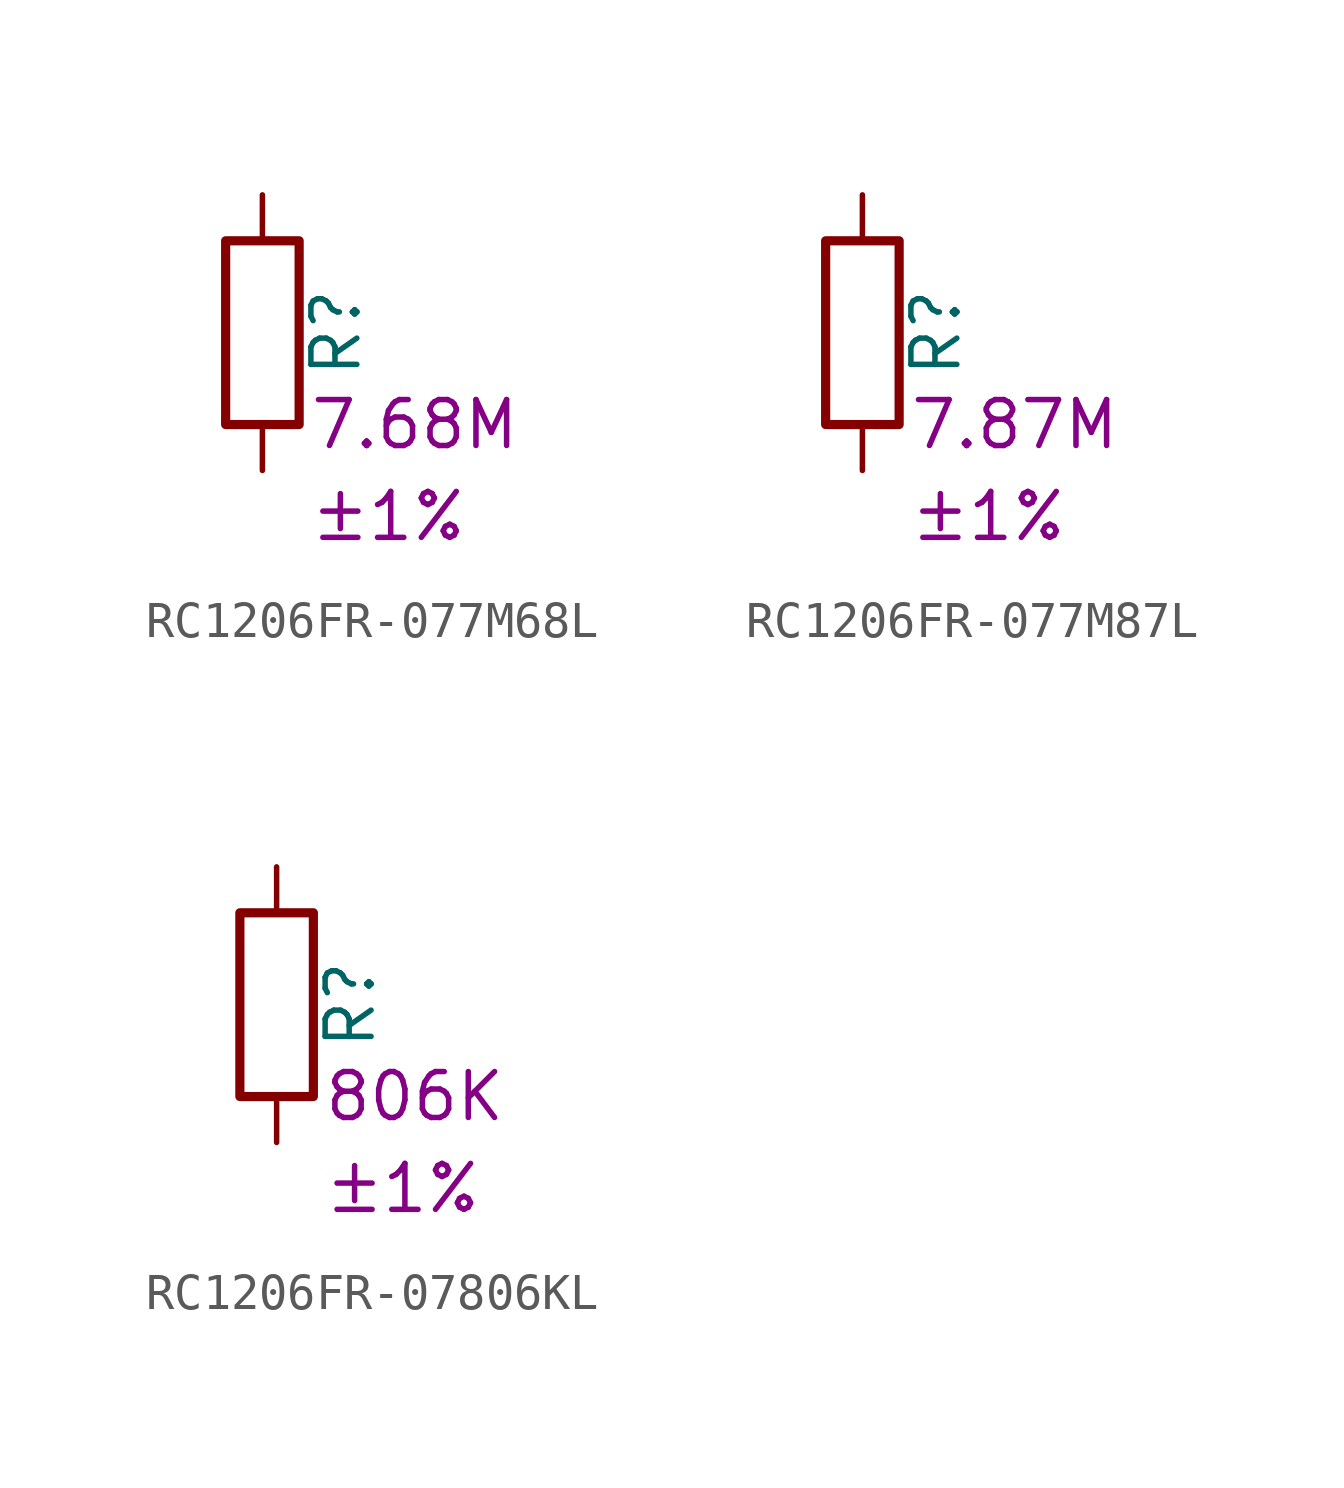
<source format=kicad_sym>
(kicad_symbol_lib
  (version 20220914)
  (generator kicad_symbol_editor)
  (symbol "RC1206FR-077M68L"
    (pin_numbers hide)
    (pin_names
      (offset 0))
    (property "Reference" "R"
      (at 2.032 0 90)
      (effects (font (size 1.27 1.27))))
    (property "Resistance" "7.68M"
      (at 1.27 -2.54 0)
      (effects (font (size 1.27 1.27)) (justify left)))
    (property "Tolerance" "±1%"
      (at 1.27 -5.08 0)
      (effects (font (size 1.27 1.27)) (justify left)))
    (symbol "RC1206FR-077M68L_0_1"
      (rectangle (start -1.016 -2.54) (end 1.016 2.54) (stroke (width 0.254) (type default)) (fill (type none))))
    (symbol "RC1206FR-077M68L_1_1"
      (pin passive line (at 0 3.81 270) (length 1.27) (name "~" (effects (font (size 1.27 1.27)))) (number "1" (effects (font (size 1.27 1.27)))))
      (pin passive line (at 0 -3.81 90) (length 1.27) (name "~" (effects (font (size 1.27 1.27)))) (number "2" (effects (font (size 1.27 1.27)))))))
  (symbol "RC1206FR-077M87L"
    (pin_numbers hide)
    (pin_names
      (offset 0))
    (property "Reference" "R"
      (at 2.032 0 90)
      (effects (font (size 1.27 1.27))))
    (property "Resistance" "7.87M"
      (at 1.27 -2.54 0)
      (effects (font (size 1.27 1.27)) (justify left)))
    (property "Tolerance" "±1%"
      (at 1.27 -5.08 0)
      (effects (font (size 1.27 1.27)) (justify left)))
    (symbol "RC1206FR-077M87L_0_1"
      (rectangle (start -1.016 -2.54) (end 1.016 2.54) (stroke (width 0.254) (type default)) (fill (type none))))
    (symbol "RC1206FR-077M87L_1_1"
      (pin passive line (at 0 3.81 270) (length 1.27) (name "~" (effects (font (size 1.27 1.27)))) (number "1" (effects (font (size 1.27 1.27)))))
      (pin passive line (at 0 -3.81 90) (length 1.27) (name "~" (effects (font (size 1.27 1.27)))) (number "2" (effects (font (size 1.27 1.27)))))))
  (symbol "RC1206FR-07806KL"
    (pin_numbers hide)
    (pin_names
      (offset 0))
    (property "Reference" "R"
      (at 2.032 0 90)
      (effects (font (size 1.27 1.27))))
    (property "Resistance" "806K"
      (at 1.27 -2.54 0)
      (effects (font (size 1.27 1.27)) (justify left)))
    (property "Tolerance" "±1%"
      (at 1.27 -5.08 0)
      (effects (font (size 1.27 1.27)) (justify left)))
    (symbol "RC1206FR-07806KL_0_1"
      (rectangle (start -1.016 -2.54) (end 1.016 2.54) (stroke (width 0.254) (type default)) (fill (type none))))
    (symbol "RC1206FR-07806KL_1_1"
      (pin passive line (at 0 3.81 270) (length 1.27) (name "~" (effects (font (size 1.27 1.27)))) (number "1" (effects (font (size 1.27 1.27)))))
      (pin passive line (at 0 -3.81 90) (length 1.27) (name "~" (effects (font (size 1.27 1.27)))) (number "2" (effects (font (size 1.27 1.27))))))))
</source>
